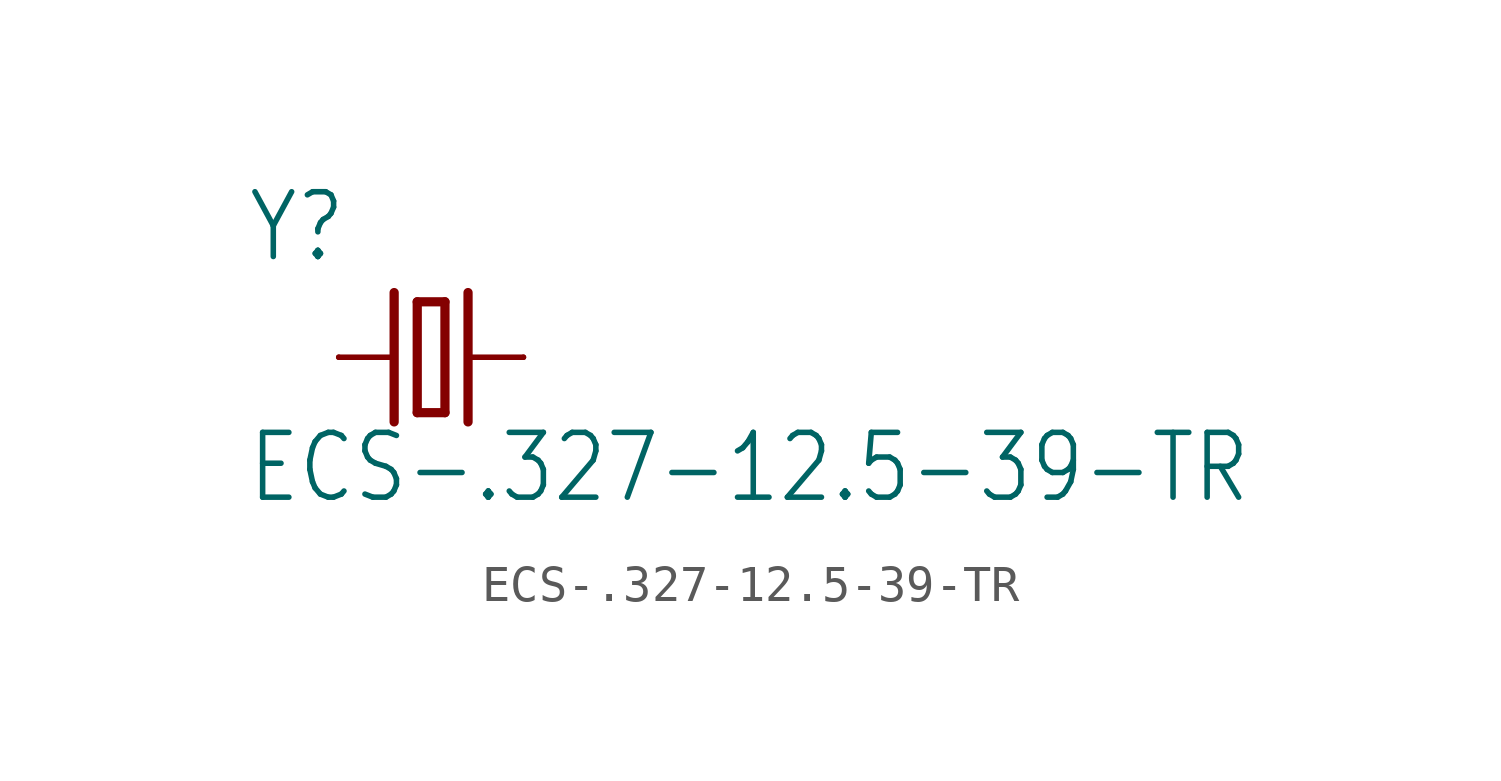
<source format=kicad_sym>
(kicad_symbol_lib
  (version 20211014)
  (generator kicad_symbol_editor)
  (symbol "ECS-.327-12.5-39-TR"
    (property "Reference" "Y"
      (at -5.088 2.544 0)
      (effects (font (size 1.781 1.514)) (justify left bottom)))
    (property "Value" "ECS-.327-12.5-39-TR"
      (at -5.093 -4.074 0)
      (effects (font (size 1.782 1.515)) (justify left bottom)))
    (property "ki_locked" ""
      (at 0 0 0)
      (effects (font (size 1.27 1.27))))
    (symbol "ECS-.327-12.5-39-TR_1_0"
      (polyline (pts (xy -2.54 0) (xy -1.016 0)) (stroke (width 0.152) (type default) (color 0 0 0 0)) (fill (type none)))
      (polyline (pts (xy -1.016 1.778) (xy -1.016 -1.778)) (stroke (width 0.254) (type default) (color 0 0 0 0)) (fill (type none)))
      (polyline (pts (xy -0.381 -1.524) (xy 0.381 -1.524)) (stroke (width 0.254) (type default) (color 0 0 0 0)) (fill (type none)))
      (polyline (pts (xy -0.381 1.524) (xy -0.381 -1.524)) (stroke (width 0.254) (type default) (color 0 0 0 0)) (fill (type none)))
      (polyline (pts (xy 0.381 -1.524) (xy 0.381 1.524)) (stroke (width 0.254) (type default) (color 0 0 0 0)) (fill (type none)))
      (polyline (pts (xy 0.381 1.524) (xy -0.381 1.524)) (stroke (width 0.254) (type default) (color 0 0 0 0)) (fill (type none)))
      (polyline (pts (xy 1.016 0) (xy 2.54 0)) (stroke (width 0.152) (type default) (color 0 0 0 0)) (fill (type none)))
      (polyline (pts (xy 1.016 1.778) (xy 1.016 -1.778)) (stroke (width 0.254) (type default) (color 0 0 0 0)) (fill (type none)))
      (pin passive line (at -2.54 0 0) (length 0) (name "1" (effects (font (size 0 0)))) (number "1" (effects (font (size 0 0)))))
      (pin passive line (at 2.54 0 180) (length 0) (name "2" (effects (font (size 0 0)))) (number "2" (effects (font (size 0 0))))))))
</source>
